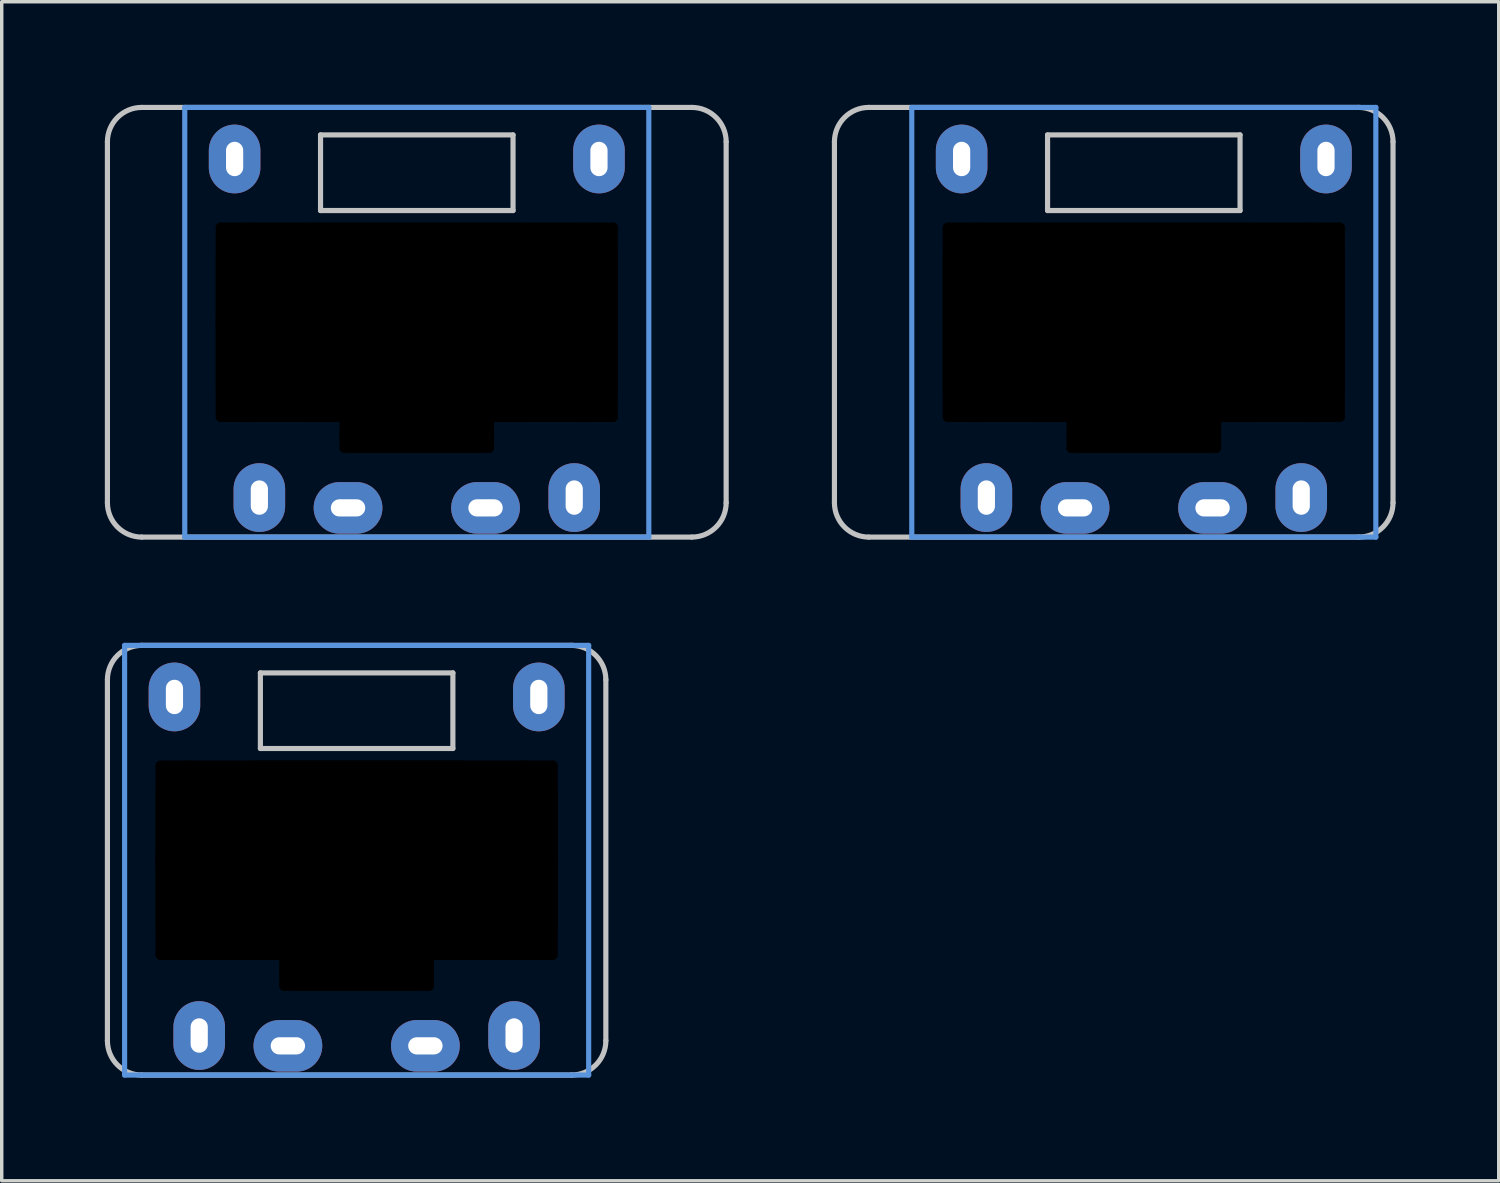
<source format=kicad_pcb>
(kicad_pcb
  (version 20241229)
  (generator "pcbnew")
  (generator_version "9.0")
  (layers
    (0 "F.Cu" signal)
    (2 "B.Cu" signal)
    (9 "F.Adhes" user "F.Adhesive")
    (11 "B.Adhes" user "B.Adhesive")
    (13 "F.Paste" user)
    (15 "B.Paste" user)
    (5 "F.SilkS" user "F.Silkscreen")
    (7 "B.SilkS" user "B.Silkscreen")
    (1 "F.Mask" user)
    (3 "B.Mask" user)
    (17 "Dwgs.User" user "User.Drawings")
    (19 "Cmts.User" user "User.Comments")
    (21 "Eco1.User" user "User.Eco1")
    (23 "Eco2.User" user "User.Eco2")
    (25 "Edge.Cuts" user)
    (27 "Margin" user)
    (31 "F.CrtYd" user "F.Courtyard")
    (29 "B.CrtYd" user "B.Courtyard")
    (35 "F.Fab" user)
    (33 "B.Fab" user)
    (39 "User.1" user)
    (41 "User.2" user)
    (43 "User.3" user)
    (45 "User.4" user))
  (footprint "pg1232-RHC"
    (layer "F.Cu")
    (at 9.075 6.325)
    (property "Reference" "pg1232-RHC" (at 0 0 0) (layer "F.Fab") (effects (font (size 1 1) (thickness 0.15))))
    (attr through_hole)
    (fp_line (start -9 5.25) (end -9 -5.25) (stroke (width 0.15) (type solid)) (layer "Dwgs.User"))
    (fp_line (start -8 -6.25) (end 8 -6.25) (stroke (width 0.15) (type solid)) (layer "Dwgs.User"))
    (fp_line (start -2.8 -5.45) (end -2.8 -3.25) (stroke (width 0.15) (type solid)) (layer "Dwgs.User"))
    (fp_line (start -2.8 -3.25) (end 2.8 -3.25) (stroke (width 0.15) (type solid)) (layer "Dwgs.User"))
    (fp_line (start 2.8 -5.45) (end -2.8 -5.45) (stroke (width 0.15) (type solid)) (layer "Dwgs.User"))
    (fp_line (start 2.8 -3.25) (end 2.8 -5.45) (stroke (width 0.15) (type solid)) (layer "Dwgs.User"))
    (fp_line (start 8 6.25) (end -8 6.25) (stroke (width 0.15) (type solid)) (layer "Dwgs.User"))
    (fp_line (start 9 -5.25) (end 9 5.25) (stroke (width 0.15) (type solid)) (layer "Dwgs.User"))
    (fp_arc (start -9 -5.25) (mid -8.707107 -5.957107) (end -8 -6.25) (stroke (width 0.15) (type solid)) (layer "Dwgs.User"))
    (fp_arc (start -8 6.25) (mid -8.707107 5.957107) (end -9 5.25) (stroke (width 0.15) (type solid)) (layer "Dwgs.User"))
    (fp_arc (start 8 -6.25) (mid 8.707107 -5.957107) (end 9 -5.25) (stroke (width 0.15) (type solid)) (layer "Dwgs.User"))
    (fp_arc (start 9 5.25) (mid 8.707107 5.957107) (end 8 6.25) (stroke (width 0.15) (type solid)) (layer "Dwgs.User"))
    (fp_line (start -6.75 -6.25) (end -6.75 6.25) (stroke (width 0.15) (type solid)) (layer "Cmts.User"))
    (fp_line (start -6.75 6.25) (end 6.75 6.25) (stroke (width 0.15) (type solid)) (layer "Cmts.User"))
    (fp_line (start 6.75 -6.25) (end -6.75 -6.25) (stroke (width 0.15) (type solid)) (layer "Cmts.User"))
    (fp_line (start 6.75 6.25) (end 6.75 -6.25) (stroke (width 0.15) (type solid)) (layer "Cmts.User"))
    (pad "" np_thru_hole oval (at -5.7 0 90) (size 5.8 0.3) (drill oval 5.8 0.3) (layers "*.Mask"))
    (pad "" np_thru_hole oval (at -4.85 0) (size 2 5.8) (drill oval 2 5.8) (layers "*.Mask"))
    (pad "" np_thru_hole oval (at -2.1 3.25 90) (size 1.1 0.3) (drill oval 1.1 0.3) (layers "*.Mask"))
    (pad "" np_thru_hole oval (at 0 -2.75) (size 11.7 0.3) (drill oval 11.7 0.3) (layers "*.Mask"))
    (pad "" np_thru_hole oval (at 0 0) (size 11.7 5.8) (drill oval 11.7 5.8) (layers "*.Mask"))
    (pad "" np_thru_hole oval (at 0 2.75) (size 11.7 0.3) (drill oval 11.7 0.3) (layers "*.Mask"))
    (pad "" np_thru_hole oval (at 0 3.3) (size 4.5 1) (drill oval 4.5 1) (layers "*.Mask"))
    (pad "" np_thru_hole oval (at 0 3.65) (size 4.5 0.3) (drill oval 4.5 0.3) (layers "*.Mask"))
    (pad "" np_thru_hole oval (at 2.1 3.25 90) (size 1.1 0.3) (drill oval 1.1 0.3) (layers "*.Mask"))
    (pad "" np_thru_hole oval (at 4.85 0) (size 2 5.8) (drill oval 2 5.8) (layers "*.Mask"))
    (pad "" np_thru_hole oval (at 5.7 0 90) (size 5.8 0.3) (drill oval 5.8 0.3) (layers "*.Mask"))
    (pad "1" thru_hole oval (at -2 5.4) (size 2 1.5) (drill oval 1 0.5) (layers "*.Cu" "F.Mask"))
    (pad "1" thru_hole oval (at 2 5.4) (size 2 1.5) (drill oval 1 0.5) (layers "*.Cu" "B.Mask"))
    (pad "2" thru_hole oval (at -4.58 5.1 90) (size 2 1.5) (drill oval 1 0.5) (layers "*.Cu" "B.Mask"))
    (pad "2" thru_hole oval (at 4.58 5.1 90) (size 2 1.5) (drill oval 1 0.5) (layers "*.Cu" "F.Mask"))
    (pad "4" thru_hole oval (at 5.3 -4.75 90) (size 2 1.5) (drill oval 1 0.5) (layers "*.Cu" "*.Mask"))
    (pad "5" thru_hole oval (at -5.3 -4.75 90) (size 2 1.5) (drill oval 1 0.5) (layers "*.Cu" "*.Mask")))
  (footprint "pg1232-RHCN"
    (layer "F.Cu")
    (at 7.325 21.975)
    (property "Reference" "pg1232-RHCN" (at 0 0 0) (layer "F.Fab") (effects (font (size 1 1) (thickness 0.15))))
    (attr through_hole)
    (fp_line (start -7.25 5.25) (end -7.25 -5.25) (stroke (width 0.15) (type solid)) (layer "Dwgs.User"))
    (fp_line (start -6.25 -6.25) (end 6.25 -6.25) (stroke (width 0.15) (type solid)) (layer "Dwgs.User"))
    (fp_line (start -2.8 -5.45) (end -2.8 -3.25) (stroke (width 0.15) (type solid)) (layer "Dwgs.User"))
    (fp_line (start -2.8 -3.25) (end 2.8 -3.25) (stroke (width 0.15) (type solid)) (layer "Dwgs.User"))
    (fp_line (start 2.8 -5.45) (end -2.8 -5.45) (stroke (width 0.15) (type solid)) (layer "Dwgs.User"))
    (fp_line (start 2.8 -3.25) (end 2.8 -5.45) (stroke (width 0.15) (type solid)) (layer "Dwgs.User"))
    (fp_line (start 6.25 6.25) (end -6.25 6.25) (stroke (width 0.15) (type solid)) (layer "Dwgs.User"))
    (fp_line (start 7.25 -5.25) (end 7.25 5.25) (stroke (width 0.15) (type solid)) (layer "Dwgs.User"))
    (fp_arc (start -7.25 -5.25) (mid -6.957107 -5.957107) (end -6.25 -6.25) (stroke (width 0.15) (type solid)) (layer "Dwgs.User"))
    (fp_arc (start -6.25 6.25) (mid -6.957107 5.957107) (end -7.25 5.25) (stroke (width 0.15) (type solid)) (layer "Dwgs.User"))
    (fp_arc (start 6.25 -6.25) (mid 6.957107 -5.957107) (end 7.25 -5.25) (stroke (width 0.15) (type solid)) (layer "Dwgs.User"))
    (fp_arc (start 7.25 5.25) (mid 6.957107 5.957107) (end 6.25 6.25) (stroke (width 0.15) (type solid)) (layer "Dwgs.User"))
    (fp_line (start -6.75 -6.25) (end -6.75 6.25) (stroke (width 0.15) (type solid)) (layer "Cmts.User"))
    (fp_line (start -6.75 6.25) (end 6.75 6.25) (stroke (width 0.15) (type solid)) (layer "Cmts.User"))
    (fp_line (start 6.75 -6.25) (end -6.75 -6.25) (stroke (width 0.15) (type solid)) (layer "Cmts.User"))
    (fp_line (start 6.75 6.25) (end 6.75 -6.25) (stroke (width 0.15) (type solid)) (layer "Cmts.User"))
    (pad "" np_thru_hole oval (at -5.7 0 90) (size 5.8 0.3) (drill oval 5.8 0.3) (layers "*.Mask"))
    (pad "" np_thru_hole oval (at -4.85 0) (size 2 5.8) (drill oval 2 5.8) (layers "*.Mask"))
    (pad "" np_thru_hole oval (at -2.1 3.25 90) (size 1.1 0.3) (drill oval 1.1 0.3) (layers "*.Mask"))
    (pad "" np_thru_hole oval (at 0 -2.75) (size 11.7 0.3) (drill oval 11.7 0.3) (layers "*.Mask"))
    (pad "" np_thru_hole oval (at 0 0) (size 11.7 5.8) (drill oval 11.7 5.8) (layers "*.Mask"))
    (pad "" np_thru_hole oval (at 0 2.75) (size 11.7 0.3) (drill oval 11.7 0.3) (layers "*.Mask"))
    (pad "" np_thru_hole oval (at 0 3.3) (size 4.5 1) (drill oval 4.5 1) (layers "*.Mask"))
    (pad "" np_thru_hole oval (at 0 3.65) (size 4.5 0.3) (drill oval 4.5 0.3) (layers "*.Mask"))
    (pad "" np_thru_hole oval (at 2.1 3.25 90) (size 1.1 0.3) (drill oval 1.1 0.3) (layers "*.Mask"))
    (pad "" np_thru_hole oval (at 4.85 0) (size 2 5.8) (drill oval 2 5.8) (layers "*.Mask"))
    (pad "" np_thru_hole oval (at 5.7 0 90) (size 5.8 0.3) (drill oval 5.8 0.3) (layers "*.Mask"))
    (pad "1" thru_hole oval (at -2 5.4) (size 2 1.5) (drill oval 1 0.5) (layers "*.Cu" "F.Mask"))
    (pad "1" thru_hole oval (at 2 5.4) (size 2 1.5) (drill oval 1 0.5) (layers "*.Cu" "B.Mask"))
    (pad "2" thru_hole oval (at -4.58 5.1 90) (size 2 1.5) (drill oval 1 0.5) (layers "*.Cu" "B.Mask"))
    (pad "2" thru_hole oval (at 4.58 5.1 90) (size 2 1.5) (drill oval 1 0.5) (layers "*.Cu" "F.Mask"))
    (pad "4" thru_hole oval (at 5.3 -4.75 90) (size 2 1.5) (drill oval 1 0.5) (layers "*.Cu" "*.Mask"))
    (pad "5" thru_hole oval (at -5.3 -4.75 90) (size 2 1.5) (drill oval 1 0.5) (layers "*.Cu" "*.Mask")))
  (footprint "pg1232-RHCL"
    (layer "F.Cu")
    (at 30.225 6.325)
    (property "Reference" "pg1232-RHCL" (at 0 0 0) (layer "F.Fab") (effects (font (size 1 1) (thickness 0.15))))
    (attr through_hole)
    (fp_line (start -9 5.25) (end -9 -5.25) (stroke (width 0.15) (type solid)) (layer "Dwgs.User"))
    (fp_line (start -8 -6.25) (end 6.25 -6.25) (stroke (width 0.15) (type solid)) (layer "Dwgs.User"))
    (fp_line (start -2.8 -5.45) (end -2.8 -3.25) (stroke (width 0.15) (type solid)) (layer "Dwgs.User"))
    (fp_line (start -2.8 -3.25) (end 2.8 -3.25) (stroke (width 0.15) (type solid)) (layer "Dwgs.User"))
    (fp_line (start 2.8 -5.45) (end -2.8 -5.45) (stroke (width 0.15) (type solid)) (layer "Dwgs.User"))
    (fp_line (start 2.8 -3.25) (end 2.8 -5.45) (stroke (width 0.15) (type solid)) (layer "Dwgs.User"))
    (fp_line (start 6.25 6.25) (end -8 6.25) (stroke (width 0.15) (type solid)) (layer "Dwgs.User"))
    (fp_line (start 7.25 -5.25) (end 7.25 5.25) (stroke (width 0.15) (type solid)) (layer "Dwgs.User"))
    (fp_arc (start -9 -5.25) (mid -8.707107 -5.957107) (end -8 -6.25) (stroke (width 0.15) (type solid)) (layer "Dwgs.User"))
    (fp_arc (start -8 6.25) (mid -8.707107 5.957107) (end -9 5.25) (stroke (width 0.15) (type solid)) (layer "Dwgs.User"))
    (fp_arc (start 6.25 -6.25) (mid 6.957107 -5.957107) (end 7.25 -5.25) (stroke (width 0.15) (type solid)) (layer "Dwgs.User"))
    (fp_arc (start 7.25 5.25) (mid 6.957107 5.957107) (end 6.25 6.25) (stroke (width 0.15) (type solid)) (layer "Dwgs.User"))
    (fp_line (start -6.75 -6.25) (end -6.75 6.25) (stroke (width 0.15) (type solid)) (layer "Cmts.User"))
    (fp_line (start -6.75 6.25) (end 6.75 6.25) (stroke (width 0.15) (type solid)) (layer "Cmts.User"))
    (fp_line (start 6.75 -6.25) (end -6.75 -6.25) (stroke (width 0.15) (type solid)) (layer "Cmts.User"))
    (fp_line (start 6.75 6.25) (end 6.75 -6.25) (stroke (width 0.15) (type solid)) (layer "Cmts.User"))
    (pad "" np_thru_hole oval (at -5.7 0 90) (size 5.8 0.3) (drill oval 5.8 0.3) (layers "*.Mask"))
    (pad "" thru_hole oval (at -5.3 -4.75 90) (size 2 1.5) (drill oval 1 0.5) (layers "*.Cu" "*.Mask"))
    (pad "" np_thru_hole oval (at -4.85 0) (size 2 5.8) (drill oval 2 5.8) (layers "*.Mask"))
    (pad "" np_thru_hole oval (at -2.1 3.25 90) (size 1.1 0.3) (drill oval 1.1 0.3) (layers "*.Mask"))
    (pad "" np_thru_hole oval (at 0 -2.75) (size 11.7 0.3) (drill oval 11.7 0.3) (layers "*.Mask"))
    (pad "" np_thru_hole oval (at 0 0) (size 11.7 5.8) (drill oval 11.7 5.8) (layers "*.Mask"))
    (pad "" np_thru_hole oval (at 0 2.75) (size 11.7 0.3) (drill oval 11.7 0.3) (layers "*.Mask"))
    (pad "" np_thru_hole oval (at 0 3.3) (size 4.5 1) (drill oval 4.5 1) (layers "*.Mask"))
    (pad "" np_thru_hole oval (at 0 3.65) (size 4.5 0.3) (drill oval 4.5 0.3) (layers "*.Mask"))
    (pad "" np_thru_hole oval (at 2.1 3.25 90) (size 1.1 0.3) (drill oval 1.1 0.3) (layers "*.Mask"))
    (pad "" np_thru_hole oval (at 4.85 0) (size 2 5.8) (drill oval 2 5.8) (layers "*.Mask"))
    (pad "" thru_hole oval (at 5.3 -4.75 90) (size 2 1.5) (drill oval 1 0.5) (layers "*.Cu" "*.Mask"))
    (pad "" np_thru_hole oval (at 5.7 0 90) (size 5.8 0.3) (drill oval 5.8 0.3) (layers "*.Mask"))
    (pad "1" thru_hole oval (at -2 5.4) (size 2 1.5) (drill oval 1 0.5) (layers "*.Cu" "F.Mask"))
    (pad "1" thru_hole oval (at 2 5.4) (size 2 1.5) (drill oval 1 0.5) (layers "*.Cu" "B.Mask"))
    (pad "2" thru_hole oval (at -4.58 5.1 90) (size 2 1.5) (drill oval 1 0.5) (layers "*.Cu" "B.Mask"))
    (pad "2" thru_hole oval (at 4.58 5.1 90) (size 2 1.5) (drill oval 1 0.5) (layers "*.Cu" "F.Mask")))
  (gr_rect
    (start -3 -3)
    (end 40.55 31.3)
    (stroke (width 0.1) (type default))
    (fill no)
    (layer "Edge.Cuts")))
</source>
